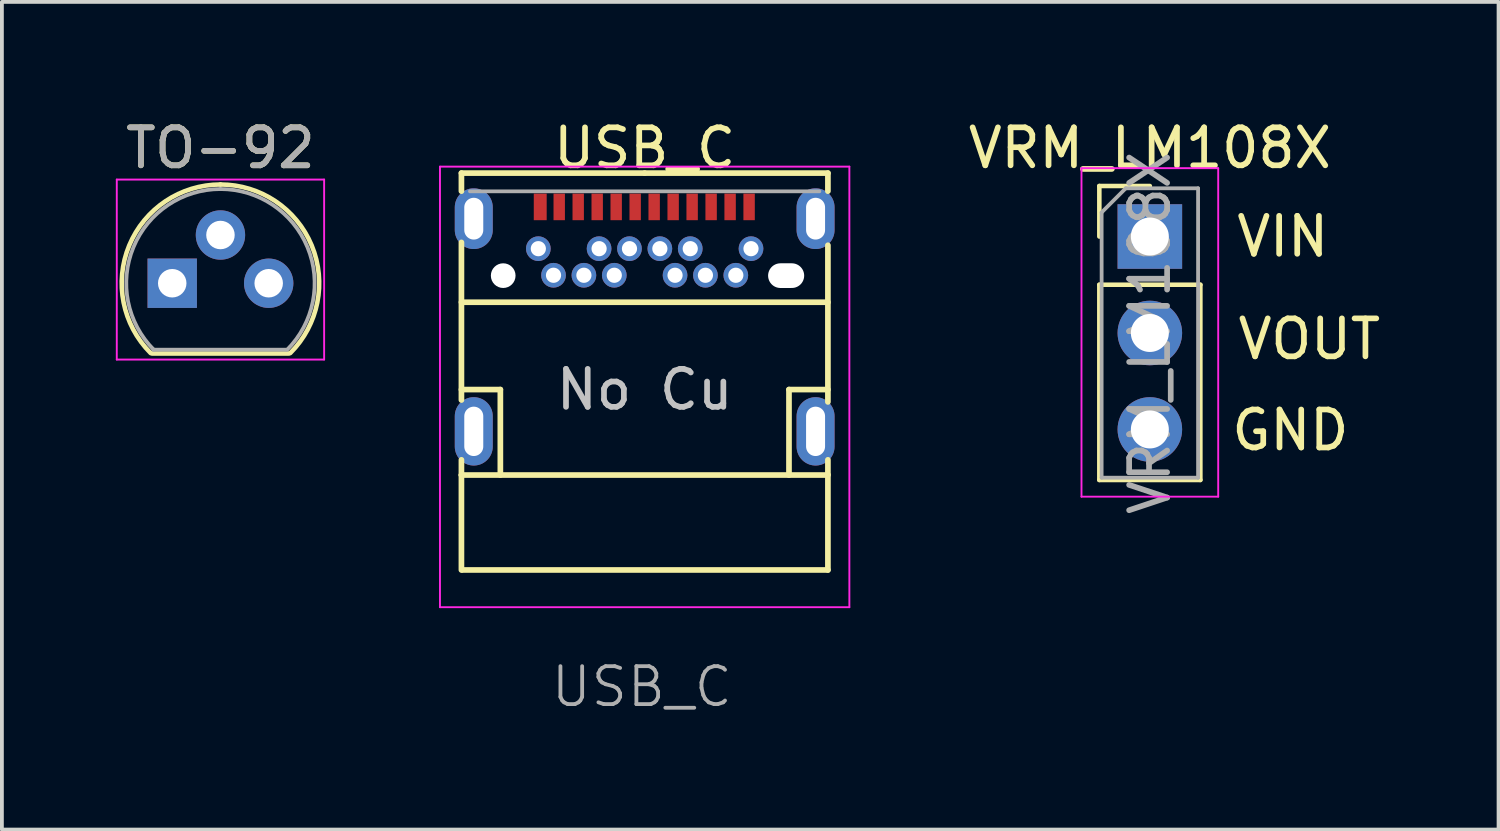
<source format=kicad_pcb>
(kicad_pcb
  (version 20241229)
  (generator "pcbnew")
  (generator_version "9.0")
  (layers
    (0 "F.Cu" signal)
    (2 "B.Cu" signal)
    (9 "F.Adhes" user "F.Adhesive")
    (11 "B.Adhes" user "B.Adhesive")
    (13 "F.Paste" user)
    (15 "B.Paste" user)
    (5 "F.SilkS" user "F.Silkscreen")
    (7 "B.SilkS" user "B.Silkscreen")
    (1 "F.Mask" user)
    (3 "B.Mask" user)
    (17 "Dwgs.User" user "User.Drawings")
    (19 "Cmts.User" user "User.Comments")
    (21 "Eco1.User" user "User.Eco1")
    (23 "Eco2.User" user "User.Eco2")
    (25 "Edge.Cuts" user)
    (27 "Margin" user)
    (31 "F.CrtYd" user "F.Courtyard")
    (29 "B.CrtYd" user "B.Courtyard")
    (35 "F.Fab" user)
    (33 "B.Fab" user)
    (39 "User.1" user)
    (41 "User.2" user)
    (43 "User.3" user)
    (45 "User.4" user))
  (footprint "USB_C"
    (layer "F.Cu")
    (at 13.925 7.208)
    (property "Reference" "USB_C" (at 0 -6.36 0) (layer "F.SilkS") (effects (font (size 1 1) (thickness 0.15))))
    (attr smd)
    (fp_line (start -4.825 -5.7) (end -4.825 -5.225) (stroke (width 0.15) (type solid)) (layer "F.SilkS"))
    (fp_line (start -4.825 -3.875) (end -4.825 0.275) (stroke (width 0.15) (type solid)) (layer "F.SilkS"))
    (fp_line (start -4.825 1.85) (end -4.825 2.25) (stroke (width 0.15) (type solid)) (layer "F.SilkS"))
    (fp_line (start -4.825 2.25) (end -4.825 4.75) (stroke (width 0.15) (type solid)) (layer "F.SilkS"))
    (fp_line (start -4.825 2.25) (end 4.825 2.25) (stroke (width 0.15) (type solid)) (layer "F.SilkS"))
    (fp_line (start -3.8 0) (end -4.825 0) (stroke (width 0.15) (type solid)) (layer "F.SilkS"))
    (fp_line (start -3.8 2.25) (end -3.8 0) (stroke (width 0.15) (type solid)) (layer "F.SilkS"))
    (fp_line (start 0 -5.7) (end -4.825 -5.7) (stroke (width 0.15) (type solid)) (layer "F.SilkS"))
    (fp_line (start 0 -5.7) (end 4.825 -5.7) (stroke (width 0.15) (type solid)) (layer "F.SilkS"))
    (fp_line (start 3.8 0) (end 4.825 0) (stroke (width 0.15) (type solid)) (layer "F.SilkS"))
    (fp_line (start 3.8 2.25) (end 3.8 0) (stroke (width 0.15) (type solid)) (layer "F.SilkS"))
    (fp_line (start 4.825 -5.7) (end 4.825 -5.225) (stroke (width 0.15) (type solid)) (layer "F.SilkS"))
    (fp_line (start 4.825 -3.8) (end 4.825 0.325) (stroke (width 0.15) (type solid)) (layer "F.SilkS"))
    (fp_line (start 4.825 -2.3) (end -4.825 -2.3) (stroke (width 0.15) (type solid)) (layer "F.SilkS"))
    (fp_line (start 4.825 1.85) (end 4.825 2.225) (stroke (width 0.15) (type solid)) (layer "F.SilkS"))
    (fp_line (start 4.825 2.25) (end 4.825 4.75) (stroke (width 0.15) (type solid)) (layer "F.SilkS"))
    (fp_line (start 4.825 4.75) (end -4.8 4.75) (stroke (width 0.15) (type solid)) (layer "F.SilkS"))
    (fp_line (start -5.39 -5.87) (end 5.39 -5.87) (stroke (width 0.05) (type solid)) (layer "F.CrtYd"))
    (fp_line (start -5.39 5.73) (end -5.39 -5.87) (stroke (width 0.05) (type solid)) (layer "F.CrtYd"))
    (fp_line (start 5.39 -5.87) (end 5.39 5.73) (stroke (width 0.05) (type solid)) (layer "F.CrtYd"))
    (fp_line (start 5.39 5.73) (end -5.39 5.73) (stroke (width 0.05) (type solid)) (layer "F.CrtYd"))
    (fp_line (start -4.6 -5.22) (end 4.6 -5.22) (stroke (width 0.1) (type solid)) (layer "F.Fab"))
    (fp_text user "No Cu" (at 0 0 0) (layer "Dwgs.User") (effects (font (size 1 1) (thickness 0.15))))
    (fp_text user "${REFERENCE}" (at -0.075 7.825 0) (layer "F.Fab") (effects (font (size 1 1) (thickness 0.1))))
    (pad "" np_thru_hole circle (at -3.725 -3) (size 0.65 0.65) (drill 0.65) (layers "*.Cu" "*.Mask"))
    (pad "" np_thru_hole oval (at 3.725 -3) (size 0.95 0.65) (drill oval 0.95 0.65) (layers "*.Cu" "*.Mask"))
    (pad "A1" smd rect (at -2.75 -4.81) (size 0.34 0.7) (layers "F.Cu" "F.Mask" "F.Paste"))
    (pad "A2" smd rect (at -2.25 -4.81) (size 0.3 0.7) (layers "F.Cu" "F.Mask" "F.Paste"))
    (pad "A3" smd rect (at -1.75 -4.81) (size 0.3 0.7) (layers "F.Cu" "F.Mask" "F.Paste"))
    (pad "A4" smd rect (at -1.25 -4.81) (size 0.3 0.7) (layers "F.Cu" "F.Mask" "F.Paste"))
    (pad "A5" smd rect (at -0.75 -4.81) (size 0.3 0.7) (layers "F.Cu" "F.Mask" "F.Paste"))
    (pad "A6" smd rect (at -0.25 -4.81) (size 0.3 0.7) (layers "F.Cu" "F.Mask" "F.Paste"))
    (pad "A7" smd rect (at 0.25 -4.81) (size 0.3 0.7) (layers "F.Cu" "F.Mask" "F.Paste"))
    (pad "A8" smd rect (at 0.75 -4.81) (size 0.3 0.7) (layers "F.Cu" "F.Mask" "F.Paste"))
    (pad "A9" smd rect (at 1.25 -4.81) (size 0.3 0.7) (layers "F.Cu" "F.Mask" "F.Paste"))
    (pad "A10" smd rect (at 1.75 -4.81) (size 0.3 0.7) (layers "F.Cu" "F.Mask" "F.Paste"))
    (pad "A11" smd rect (at 2.25 -4.81) (size 0.3 0.7) (layers "F.Cu" "F.Mask" "F.Paste"))
    (pad "A12" smd rect (at 2.75 -4.81) (size 0.3 0.7) (layers "F.Cu" "F.Mask" "F.Paste"))
    (pad "B1" thru_hole circle (at 2.8 -3.71) (size 0.65 0.65) (drill 0.4) (layers "*.Cu" "*.Mask"))
    (pad "B2" thru_hole circle (at 2.4 -3.01) (size 0.65 0.65) (drill 0.4) (layers "*.Cu" "*.Mask"))
    (pad "B3" thru_hole circle (at 1.6 -3.01) (size 0.65 0.65) (drill 0.4) (layers "*.Cu" "*.Mask"))
    (pad "B4" thru_hole circle (at 1.2 -3.71) (size 0.65 0.65) (drill 0.4) (layers "*.Cu" "*.Mask"))
    (pad "B5" thru_hole circle (at 0.8 -3.01) (size 0.65 0.65) (drill 0.4) (layers "*.Cu" "*.Mask"))
    (pad "B6" thru_hole circle (at 0.4 -3.71) (size 0.65 0.65) (drill 0.4) (layers "*.Cu" "*.Mask"))
    (pad "B7" thru_hole circle (at -0.4 -3.71) (size 0.65 0.65) (drill 0.4) (layers "*.Cu" "*.Mask"))
    (pad "B8" thru_hole circle (at -0.8 -3.01) (size 0.65 0.65) (drill 0.4) (layers "*.Cu" "*.Mask"))
    (pad "B9" thru_hole circle (at -1.2 -3.71) (size 0.65 0.65) (drill 0.4) (layers "*.Cu" "*.Mask"))
    (pad "B10" thru_hole circle (at -1.6 -3.01) (size 0.65 0.65) (drill 0.4) (layers "*.Cu" "*.Mask"))
    (pad "B11" thru_hole circle (at -2.4 -3.01) (size 0.65 0.65) (drill 0.4) (layers "*.Cu" "*.Mask"))
    (pad "B12" thru_hole circle (at -2.8 -3.71) (size 0.65 0.65) (drill 0.4) (layers "*.Cu" "*.Mask"))
    (pad "S1" thru_hole oval (at -4.5 -4.5) (size 1 1.6) (drill oval 0.5 1.1) (layers "*.Cu" "*.Mask"))
    (pad "S1" thru_hole oval (at -4.5 1.1) (size 1 1.8) (drill oval 0.5 1.3) (layers "*.Cu" "*.Mask"))
    (pad "S1" thru_hole oval (at 4.5 -4.5) (size 1 1.6) (drill oval 0.5 1.1) (layers "*.Cu" "*.Mask"))
    (pad "S1" thru_hole oval (at 4.5 1.1) (size 1 1.8) (drill oval 0.5 1.3) (layers "*.Cu" "*.Mask")))
  (footprint "VRM_LM108X"
    (layer "F.Cu")
    (at 27.227 3.178)
    (property "Reference" "VRM_LM108X" (at 0 -2.33 0) (layer "F.SilkS") (effects (font (size 1 1) (thickness 0.15))))
    (attr through_hole)
    (fp_line (start -1.33 -1.33) (end 0 -1.33) (stroke (width 0.12) (type solid)) (layer "F.SilkS"))
    (fp_line (start -1.33 0) (end -1.33 -1.33) (stroke (width 0.12) (type solid)) (layer "F.SilkS"))
    (fp_line (start -1.33 1.27) (end -1.33 6.41) (stroke (width 0.12) (type solid)) (layer "F.SilkS"))
    (fp_line (start -1.33 1.27) (end 1.33 1.27) (stroke (width 0.12) (type solid)) (layer "F.SilkS"))
    (fp_line (start -1.33 6.41) (end 1.33 6.41) (stroke (width 0.12) (type solid)) (layer "F.SilkS"))
    (fp_line (start 1.33 1.27) (end 1.33 6.41) (stroke (width 0.12) (type solid)) (layer "F.SilkS"))
    (fp_line (start -1.8 -1.8) (end -1.8 6.85) (stroke (width 0.05) (type solid)) (layer "F.CrtYd"))
    (fp_line (start -1.8 6.85) (end 1.8 6.85) (stroke (width 0.05) (type solid)) (layer "F.CrtYd"))
    (fp_line (start 1.8 -1.8) (end -1.8 -1.8) (stroke (width 0.05) (type solid)) (layer "F.CrtYd"))
    (fp_line (start 1.8 6.85) (end 1.8 -1.8) (stroke (width 0.05) (type solid)) (layer "F.CrtYd"))
    (fp_line (start -1.27 -0.635) (end -0.635 -1.27) (stroke (width 0.1) (type solid)) (layer "F.Fab"))
    (fp_line (start -1.27 6.35) (end -1.27 -0.635) (stroke (width 0.1) (type solid)) (layer "F.Fab"))
    (fp_line (start -0.635 -1.27) (end 1.27 -1.27) (stroke (width 0.1) (type solid)) (layer "F.Fab"))
    (fp_line (start 1.27 -1.27) (end 1.27 6.35) (stroke (width 0.1) (type solid)) (layer "F.Fab"))
    (fp_line (start 1.27 6.35) (end -1.27 6.35) (stroke (width 0.1) (type solid)) (layer "F.Fab"))
    (fp_text user "GND" (at 3.7 5.1 0) (layer "F.SilkS") (effects (font (size 1 1) (thickness 0.15))))
    (fp_text user "VIN" (at 3.5 0 0) (layer "F.SilkS") (effects (font (size 1 1) (thickness 0.15))))
    (fp_text user "VOUT" (at 4.2 2.7 0) (layer "F.SilkS") (effects (font (size 1 1) (thickness 0.15))))
    (fp_text user "${REFERENCE}" (at 0 2.54 90) (layer "F.Fab") (effects (font (size 1 1) (thickness 0.15))))
    (pad "1" thru_hole oval (at 0 5.08) (size 1.7 1.7) (drill 1) (layers "*.Cu" "*.Mask"))
    (pad "2" thru_hole rect (at 0 0) (size 1.7 1.7) (drill 1) (layers "*.Cu" "*.Mask"))
    (pad "3" thru_hole oval (at 0 2.54) (size 1.7 1.7) (drill 1) (layers "*.Cu" "*.Mask")))
  (footprint "TO-92"
    (layer "F.Cu")
    (at 1.485 4.408)
    (property "Reference" "TO-92" (at 1.27 -3.56 0) (layer "F.SilkS") (effects (font (size 1 1) (thickness 0.15))))
    (attr through_hole)
    (fp_line (start -0.53 1.85) (end 3.07 1.85) (stroke (width 0.12) (type solid)) (layer "F.SilkS"))
    (fp_arc (start -0.568478 1.838478) (mid -1.132087 -0.994977) (end 1.27 -2.6) (stroke (width 0.12) (type solid)) (layer "F.SilkS"))
    (fp_arc (start 1.27 -2.6) (mid 3.672087 -0.994977) (end 3.108478 1.838478) (stroke (width 0.12) (type solid)) (layer "F.SilkS"))
    (fp_line (start -1.46 -2.73) (end -1.46 2.01) (stroke (width 0.05) (type solid)) (layer "F.CrtYd"))
    (fp_line (start -1.46 -2.73) (end 4 -2.73) (stroke (width 0.05) (type solid)) (layer "F.CrtYd"))
    (fp_line (start 4 2.01) (end -1.46 2.01) (stroke (width 0.05) (type solid)) (layer "F.CrtYd"))
    (fp_line (start 4 2.01) (end 4 -2.73) (stroke (width 0.05) (type solid)) (layer "F.CrtYd"))
    (fp_line (start -0.5 1.75) (end 3 1.75) (stroke (width 0.1) (type solid)) (layer "F.Fab"))
    (fp_arc (start -0.483625 1.753625) (mid -1.021221 -0.949055) (end 1.27 -2.48) (stroke (width 0.1) (type solid)) (layer "F.Fab"))
    (fp_arc (start 1.27 -2.48) (mid 3.561221 -0.949055) (end 3.023625 1.753625) (stroke (width 0.1) (type solid)) (layer "F.Fab"))
    (fp_text user "${REFERENCE}" (at 1.27 -3.56 0) (layer "F.Fab") (effects (font (size 1 1) (thickness 0.15))))
    (pad "1" thru_hole circle (at 2.54 0 90) (size 1.3 1.3) (drill 0.75) (layers "*.Cu" "*.Mask"))
    (pad "2" thru_hole circle (at 1.27 -1.27 90) (size 1.3 1.3) (drill 0.75) (layers "*.Cu" "*.Mask"))
    (pad "3" thru_hole rect (at 0 0 90) (size 1.3 1.3) (drill 0.75) (layers "*.Cu" "*.Mask")))
  (gr_rect
    (start -3 -3)
    (end 36.409 18.794)
    (stroke (width 0.1) (type default))
    (fill no)
    (layer "Edge.Cuts")))
</source>
